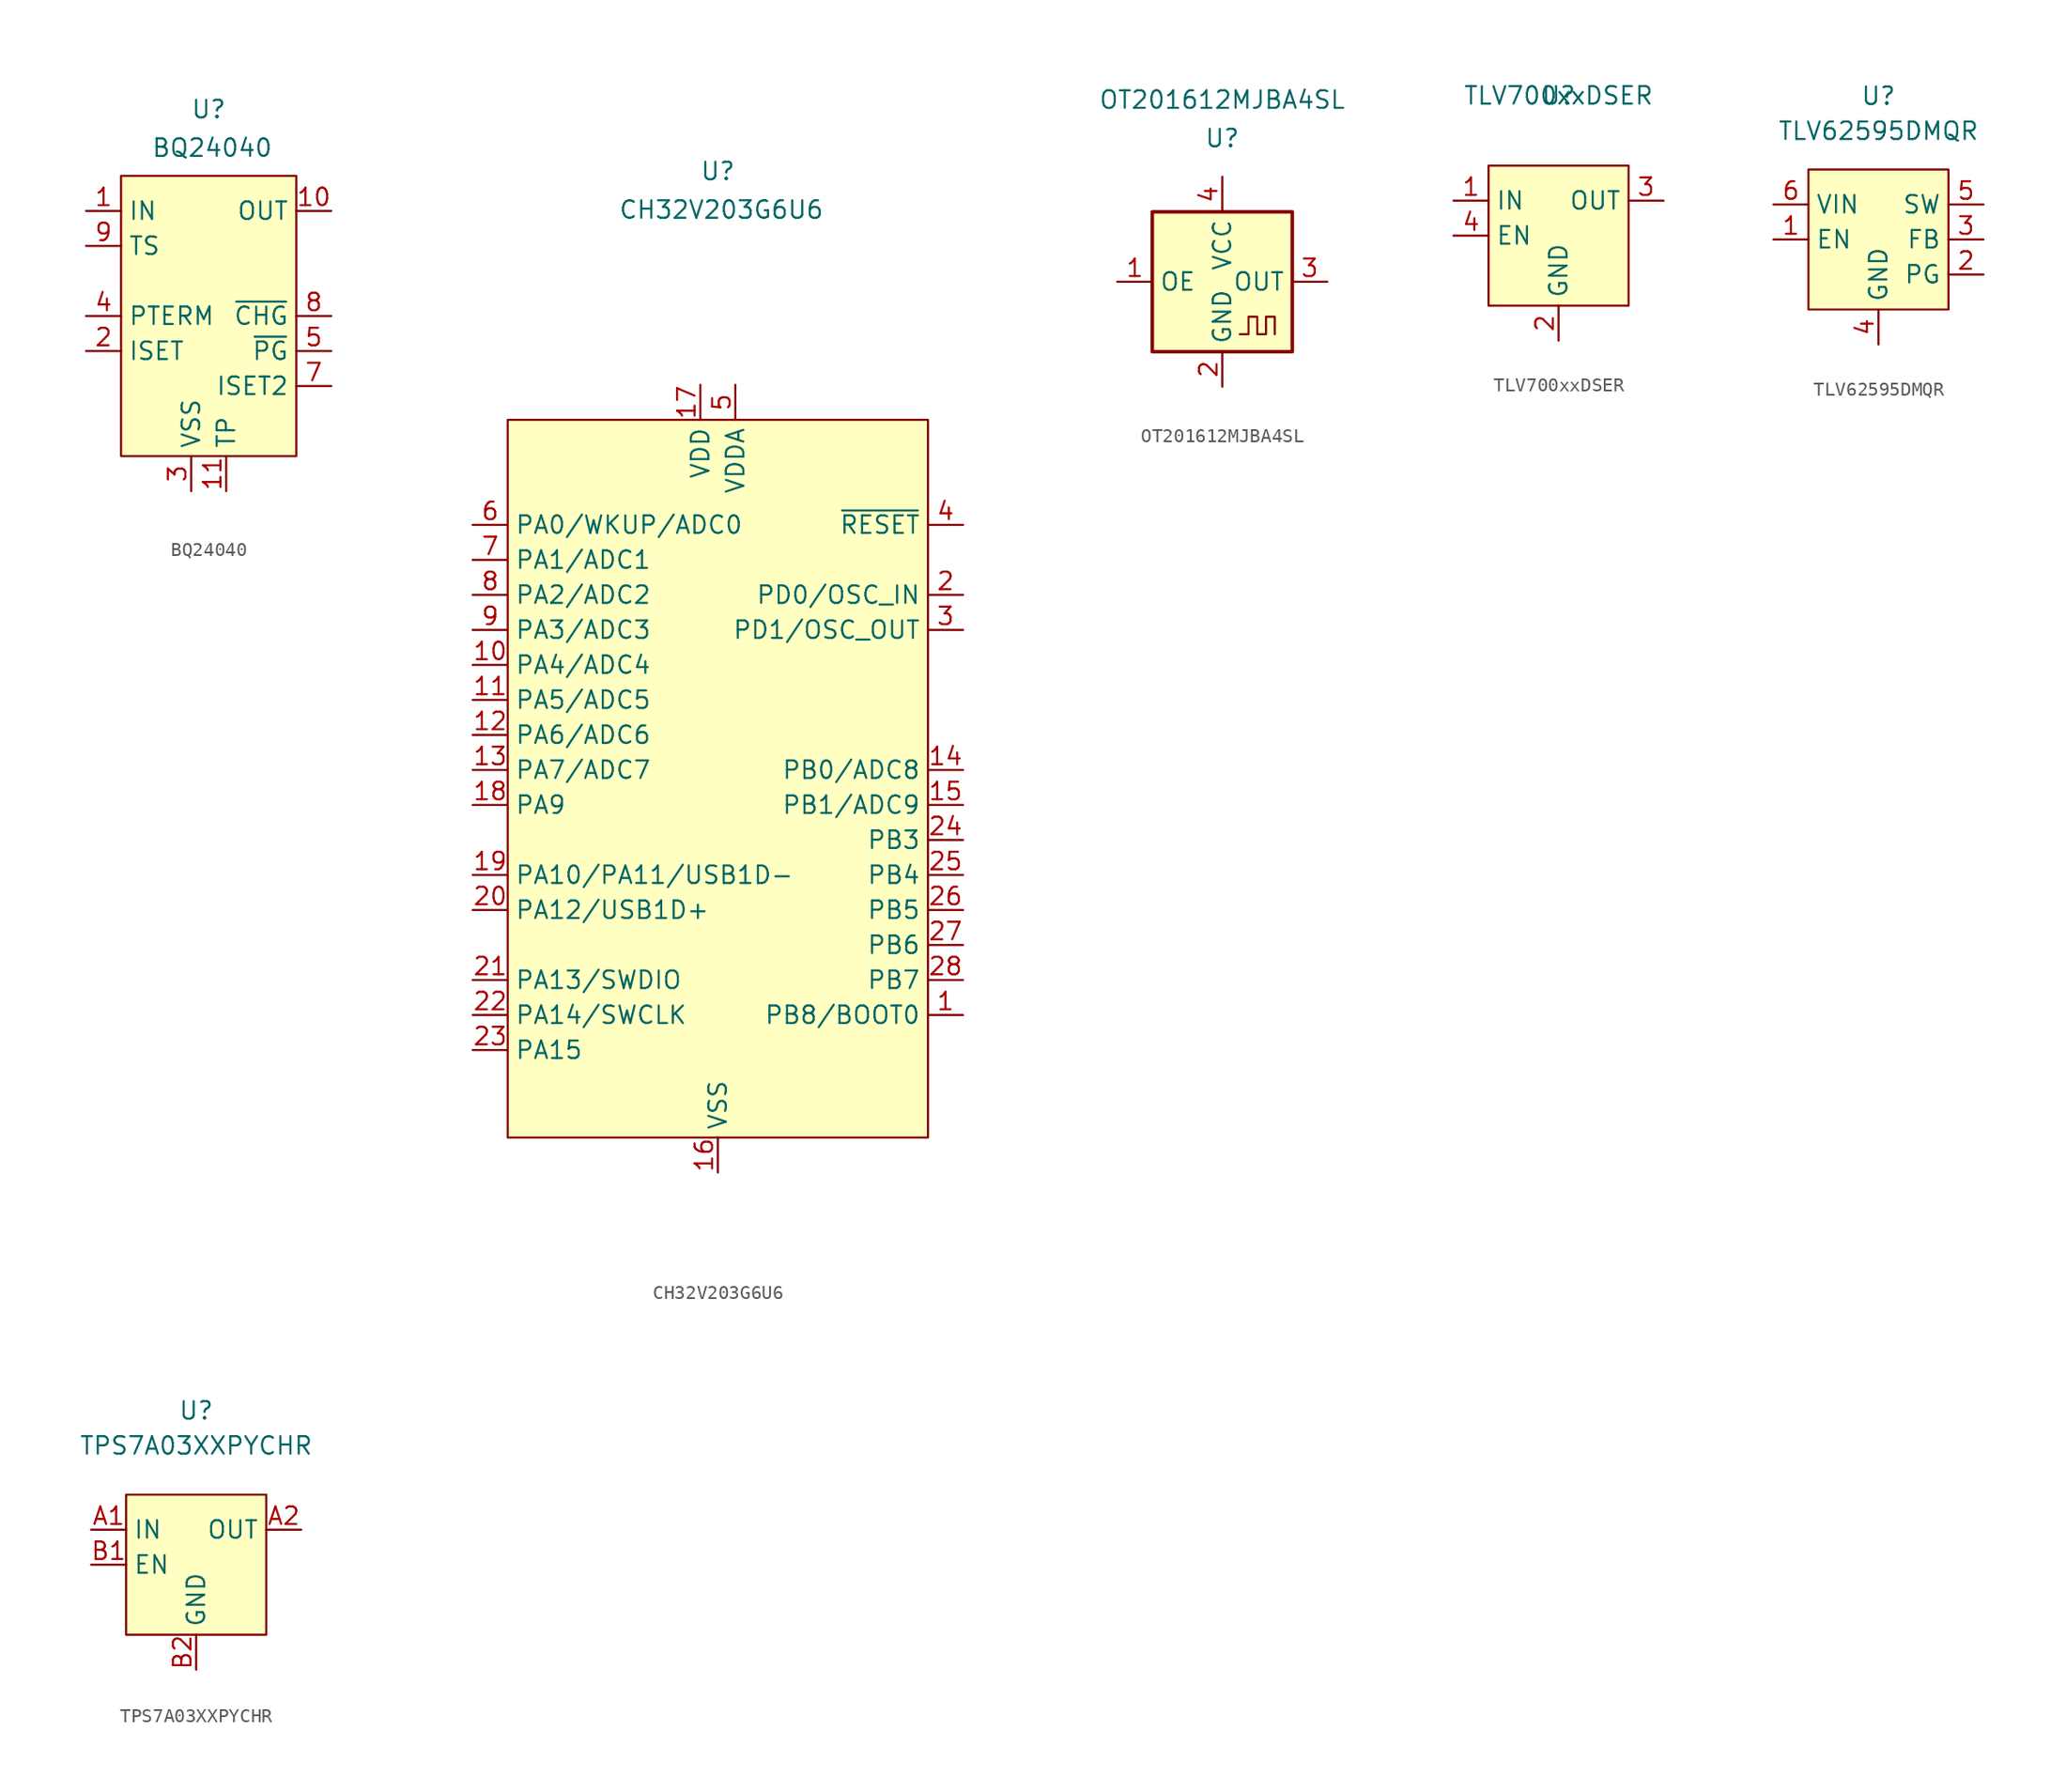
<source format=kicad_sym>
(kicad_symbol_lib
  (version 20231120)
  (generator "kicad_symbol_editor")
  (generator_version "8.0")
  (symbol "BQ24040"
    (property "Reference" "U"
      (at 0 16.256 0)
      (effects (font (size 1.27 1.27))))
    (property "Value" "BQ24040"
      (at 0.254 13.462 0)
      (effects (font (size 1.27 1.27))))
    (symbol "BQ24040_1_1"
      (rectangle (start -6.35 11.43) (end 6.35 -8.89) (stroke (width 0) (type default)) (fill (type background)))
      (pin power_in line (at -8.89 8.89 0) (length 2.54) (name "IN" (effects (font (size 1.27 1.27)))) (number "1" (effects (font (size 1.27 1.27)))))
      (pin power_out line (at 8.89 8.89 180) (length 2.54) (name "OUT" (effects (font (size 1.27 1.27)))) (number "10" (effects (font (size 1.27 1.27)))))
      (pin power_in line (at 1.27 -11.43 90) (length 2.54) (name "TP" (effects (font (size 1.27 1.27)))) (number "11" (effects (font (size 1.27 1.27)))))
      (pin input line (at -8.89 -1.27 0) (length 2.54) (name "ISET" (effects (font (size 1.27 1.27)))) (number "2" (effects (font (size 1.27 1.27)))))
      (pin power_in line (at -1.27 -11.43 90) (length 2.54) (name "VSS" (effects (font (size 1.27 1.27)))) (number "3" (effects (font (size 1.27 1.27)))))
      (pin input line (at -8.89 1.27 0) (length 2.54) (name "PTERM" (effects (font (size 1.27 1.27)))) (number "4" (effects (font (size 1.27 1.27)))))
      (pin output line (at 8.89 -1.27 180) (length 2.54) (name "~{PG}" (effects (font (size 1.27 1.27)))) (number "5" (effects (font (size 1.27 1.27)))))
      (pin no_connect line (at 3.81 -11.43 90) (length 2.54) hide (name "NC" (effects (font (size 1.27 1.27)))) (number "6" (effects (font (size 1.27 1.27)))))
      (pin input line (at 8.89 -3.81 180) (length 2.54) (name "ISET2" (effects (font (size 1.27 1.27)))) (number "7" (effects (font (size 1.27 1.27)))))
      (pin output line (at 8.89 1.27 180) (length 2.54) (name "~{CHG}" (effects (font (size 1.27 1.27)))) (number "8" (effects (font (size 1.27 1.27)))))
      (pin input line (at -8.89 6.35 0) (length 2.54) (name "TS" (effects (font (size 1.27 1.27)))) (number "9" (effects (font (size 1.27 1.27)))))))
  (symbol "CH32V203G6U6"
    (property "Reference" "U"
      (at 0 40.894 0)
      (effects (font (size 1.27 1.27))))
    (property "Value" "CH32V203G6U6"
      (at 0.254 38.1 0)
      (effects (font (size 1.27 1.27))))
    (symbol "CH32V203G6U6_1_1"
      (rectangle (start -15.24 22.86) (end 15.24 -29.21) (stroke (width 0) (type default)) (fill (type background)))
      (pin bidirectional line (at 17.78 -20.32 180) (length 2.54) (name "PB8/BOOT0" (effects (font (size 1.27 1.27)))) (number "1" (effects (font (size 1.27 1.27)))))
      (pin bidirectional line (at -17.78 5.08 0) (length 2.54) (name "PA4/ADC4" (effects (font (size 1.27 1.27)))) (number "10" (effects (font (size 1.27 1.27)))))
      (pin bidirectional line (at -17.78 2.54 0) (length 2.54) (name "PA5/ADC5" (effects (font (size 1.27 1.27)))) (number "11" (effects (font (size 1.27 1.27)))))
      (pin bidirectional line (at -17.78 0 0) (length 2.54) (name "PA6/ADC6" (effects (font (size 1.27 1.27)))) (number "12" (effects (font (size 1.27 1.27)))))
      (pin bidirectional line (at -17.78 -2.54 0) (length 2.54) (name "PA7/ADC7" (effects (font (size 1.27 1.27)))) (number "13" (effects (font (size 1.27 1.27)))))
      (pin bidirectional line (at 17.78 -2.54 180) (length 2.54) (name "PB0/ADC8" (effects (font (size 1.27 1.27)))) (number "14" (effects (font (size 1.27 1.27)))))
      (pin bidirectional line (at 17.78 -5.08 180) (length 2.54) (name "PB1/ADC9" (effects (font (size 1.27 1.27)))) (number "15" (effects (font (size 1.27 1.27)))))
      (pin power_in line (at 0 -31.75 90) (length 2.54) (name "VSS" (effects (font (size 1.27 1.27)))) (number "16" (effects (font (size 1.27 1.27)))))
      (pin power_in line (at -1.27 25.4 270) (length 2.54) (name "VDD" (effects (font (size 1.27 1.27)))) (number "17" (effects (font (size 1.27 1.27)))))
      (pin bidirectional line (at -17.78 -5.08 0) (length 2.54) (name "PA9" (effects (font (size 1.27 1.27)))) (number "18" (effects (font (size 1.27 1.27)))))
      (pin bidirectional line (at -17.78 -10.16 0) (length 2.54) (name "PA10/PA11/USB1D-" (effects (font (size 1.27 1.27)))) (number "19" (effects (font (size 1.27 1.27)))))
      (pin bidirectional line (at 17.78 10.16 180) (length 2.54) (name "PD0/OSC_IN" (effects (font (size 1.27 1.27)))) (number "2" (effects (font (size 1.27 1.27)))))
      (pin bidirectional line (at -17.78 -12.7 0) (length 2.54) (name "PA12/USB1D+" (effects (font (size 1.27 1.27)))) (number "20" (effects (font (size 1.27 1.27)))))
      (pin bidirectional line (at -17.78 -17.78 0) (length 2.54) (name "PA13/SWDIO" (effects (font (size 1.27 1.27)))) (number "21" (effects (font (size 1.27 1.27)))))
      (pin bidirectional line (at -17.78 -20.32 0) (length 2.54) (name "PA14/SWCLK" (effects (font (size 1.27 1.27)))) (number "22" (effects (font (size 1.27 1.27)))))
      (pin bidirectional line (at -17.78 -22.86 0) (length 2.54) (name "PA15" (effects (font (size 1.27 1.27)))) (number "23" (effects (font (size 1.27 1.27)))))
      (pin bidirectional line (at 17.78 -7.62 180) (length 2.54) (name "PB3" (effects (font (size 1.27 1.27)))) (number "24" (effects (font (size 1.27 1.27)))))
      (pin bidirectional line (at 17.78 -10.16 180) (length 2.54) (name "PB4" (effects (font (size 1.27 1.27)))) (number "25" (effects (font (size 1.27 1.27)))))
      (pin bidirectional line (at 17.78 -12.7 180) (length 2.54) (name "PB5" (effects (font (size 1.27 1.27)))) (number "26" (effects (font (size 1.27 1.27)))))
      (pin bidirectional line (at 17.78 -15.24 180) (length 2.54) (name "PB6" (effects (font (size 1.27 1.27)))) (number "27" (effects (font (size 1.27 1.27)))))
      (pin bidirectional line (at 17.78 -17.78 180) (length 2.54) (name "PB7" (effects (font (size 1.27 1.27)))) (number "28" (effects (font (size 1.27 1.27)))))
      (pin passive line (at 0 -31.75 90) (length 2.54) hide (name "VSS" (effects (font (size 1.27 1.27)))) (number "29" (effects (font (size 1.27 1.27)))))
      (pin bidirectional line (at 17.78 7.62 180) (length 2.54) (name "PD1/OSC_OUT" (effects (font (size 1.27 1.27)))) (number "3" (effects (font (size 1.27 1.27)))))
      (pin input line (at 17.78 15.24 180) (length 2.54) (name "~{RESET}" (effects (font (size 1.27 1.27)))) (number "4" (effects (font (size 1.27 1.27)))))
      (pin power_in line (at 1.27 25.4 270) (length 2.54) (name "VDDA" (effects (font (size 1.27 1.27)))) (number "5" (effects (font (size 1.27 1.27)))))
      (pin bidirectional line (at -17.78 15.24 0) (length 2.54) (name "PA0/WKUP/ADC0" (effects (font (size 1.27 1.27)))) (number "6" (effects (font (size 1.27 1.27)))))
      (pin bidirectional line (at -17.78 12.7 0) (length 2.54) (name "PA1/ADC1" (effects (font (size 1.27 1.27)))) (number "7" (effects (font (size 1.27 1.27)))))
      (pin bidirectional line (at -17.78 10.16 0) (length 2.54) (name "PA2/ADC2" (effects (font (size 1.27 1.27)))) (number "8" (effects (font (size 1.27 1.27)))))
      (pin bidirectional line (at -17.78 7.62 0) (length 2.54) (name "PA3/ADC3" (effects (font (size 1.27 1.27)))) (number "9" (effects (font (size 1.27 1.27)))))))
  (symbol "OT201612MJBA4SL"
    (property "Reference" "U"
      (at 0 10.414 0)
      (effects (font (size 1.27 1.27))))
    (property "Value" "OT201612MJBA4SL"
      (at 0 13.208 0)
      (effects (font (size 1.27 1.27))))
    (symbol "OT201612MJBA4SL_0_1"
      (rectangle (start -5.08 5.08) (end 5.08 -5.08) (stroke (width 0.254) (type default)) (fill (type background)))
      (polyline (pts (xy 1.27 -3.81) (xy 1.905 -3.81) (xy 1.905 -2.54) (xy 2.54 -2.54) (xy 2.54 -3.81) (xy 3.175 -3.81) (xy 3.175 -2.54) (xy 3.81 -2.54) (xy 3.81 -3.81)) (stroke (width 0) (type default)) (fill (type none))))
    (symbol "OT201612MJBA4SL_1_1"
      (pin tri_state line (at -7.62 0 0) (length 2.54) (name "OE" (effects (font (size 1.27 1.27)))) (number "1" (effects (font (size 1.27 1.27)))))
      (pin power_in line (at 0 -7.62 90) (length 2.54) (name "GND" (effects (font (size 1.27 1.27)))) (number "2" (effects (font (size 1.27 1.27)))))
      (pin output line (at 7.62 0 180) (length 2.54) (name "OUT" (effects (font (size 1.27 1.27)))) (number "3" (effects (font (size 1.27 1.27)))))
      (pin power_in line (at 0 7.62 270) (length 2.54) (name "VCC" (effects (font (size 1.27 1.27)))) (number "4" (effects (font (size 1.27 1.27)))))))
  (symbol "TLV700xxDSER"
    (property "Reference" "U"
      (at 0 10.16 0)
      (effects (font (size 1.27 1.27))))
    (property "Value" "TLV700xxDSER"
      (at 0 10.16 0)
      (effects (font (size 1.27 1.27))))
    (symbol "TLV700xxDSER_1_1"
      (rectangle (start -5.08 5.08) (end 5.08 -5.08) (stroke (width 0) (type default)) (fill (type background)))
      (pin power_in line (at -7.62 2.54 0) (length 2.54) (name "IN" (effects (font (size 1.27 1.27)))) (number "1" (effects (font (size 1.27 1.27)))))
      (pin power_in line (at 0 -7.62 90) (length 2.54) (name "GND" (effects (font (size 1.27 1.27)))) (number "2" (effects (font (size 1.27 1.27)))))
      (pin power_out line (at 7.62 2.54 180) (length 2.54) (name "OUT" (effects (font (size 1.27 1.27)))) (number "3" (effects (font (size 1.27 1.27)))))
      (pin input line (at -7.62 0 0) (length 2.54) (name "EN" (effects (font (size 1.27 1.27)))) (number "4" (effects (font (size 1.27 1.27)))))
      (pin power_in line (at 0 -7.62 90) (length 2.54) hide (name "NC" (effects (font (size 1.27 1.27)))) (number "5" (effects (font (size 1.27 1.27)))))
      (pin power_in line (at 0 -7.62 90) (length 2.54) hide (name "NC" (effects (font (size 1.27 1.27)))) (number "6" (effects (font (size 1.27 1.27)))))))
  (symbol "TLV62595DMQR"
    (property "Reference" "U"
      (at 0 10.414 0)
      (effects (font (size 1.27 1.27))))
    (property "Value" "TLV62595DMQR"
      (at 0 7.874 0)
      (effects (font (size 1.27 1.27))))
    (symbol "TLV62595DMQR_1_1"
      (rectangle (start -5.08 5.08) (end 5.08 -5.08) (stroke (width 0) (type default)) (fill (type background)))
      (pin input line (at -7.62 0 0) (length 2.54) (name "EN" (effects (font (size 1.27 1.27)))) (number "1" (effects (font (size 1.27 1.27)))))
      (pin output line (at 7.62 -2.54 180) (length 2.54) (name "PG" (effects (font (size 1.27 1.27)))) (number "2" (effects (font (size 1.27 1.27)))))
      (pin input line (at 7.62 0 180) (length 2.54) (name "FB" (effects (font (size 1.27 1.27)))) (number "3" (effects (font (size 1.27 1.27)))))
      (pin power_in line (at 0 -7.62 90) (length 2.54) (name "GND" (effects (font (size 1.27 1.27)))) (number "4" (effects (font (size 1.27 1.27)))))
      (pin power_out line (at 7.62 2.54 180) (length 2.54) (name "SW" (effects (font (size 1.27 1.27)))) (number "5" (effects (font (size 1.27 1.27)))))
      (pin power_in line (at -7.62 2.54 0) (length 2.54) (name "VIN" (effects (font (size 1.27 1.27)))) (number "6" (effects (font (size 1.27 1.27)))))))
  (symbol "TPS7A03XXPYCHR"
    (property "Reference" "U"
      (at 0 11.176 0)
      (effects (font (size 1.27 1.27))))
    (property "Value" "TPS7A03XXPYCHR"
      (at 0 8.636 0)
      (effects (font (size 1.27 1.27))))
    (symbol "TPS7A03XXPYCHR_1_1"
      (rectangle (start -5.08 5.08) (end 5.08 -5.08) (stroke (width 0) (type default)) (fill (type background)))
      (pin power_in line (at -7.62 2.54 0) (length 2.54) (name "IN" (effects (font (size 1.27 1.27)))) (number "A1" (effects (font (size 1.27 1.27)))))
      (pin power_out line (at 7.62 2.54 180) (length 2.54) (name "OUT" (effects (font (size 1.27 1.27)))) (number "A2" (effects (font (size 1.27 1.27)))))
      (pin input line (at -7.62 0 0) (length 2.54) (name "EN" (effects (font (size 1.27 1.27)))) (number "B1" (effects (font (size 1.27 1.27)))))
      (pin power_in line (at 0 -7.62 90) (length 2.54) (name "GND" (effects (font (size 1.27 1.27)))) (number "B2" (effects (font (size 1.27 1.27))))))))
</source>
